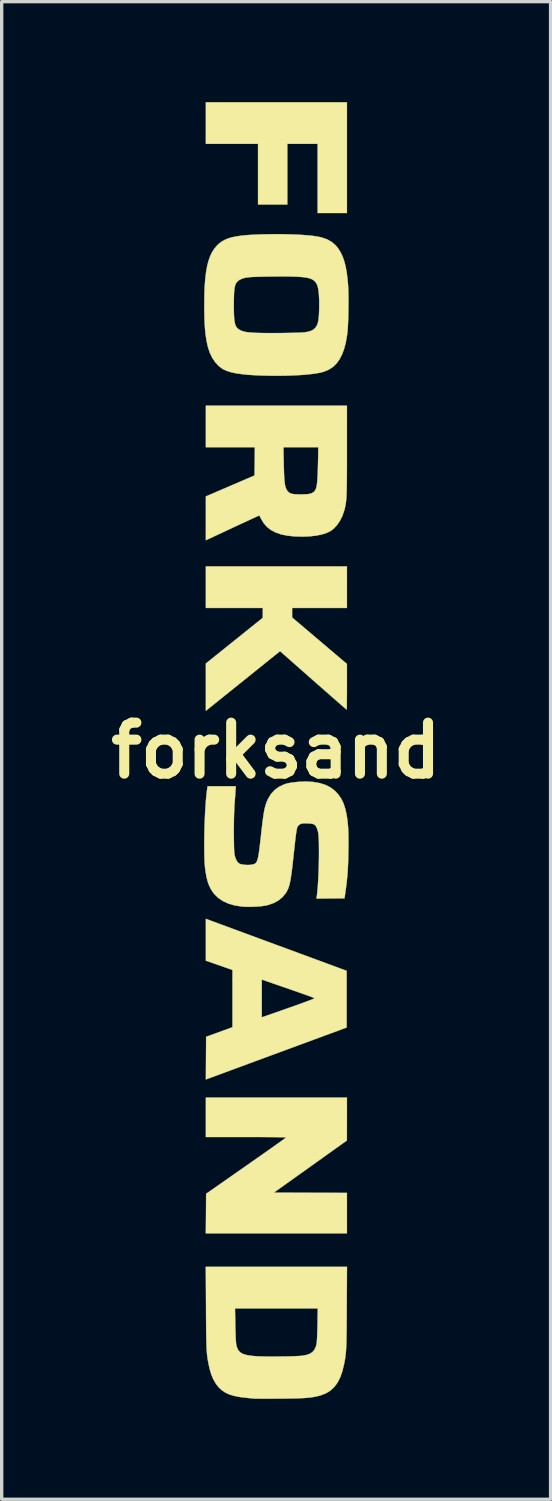
<source format=kicad_pcb>
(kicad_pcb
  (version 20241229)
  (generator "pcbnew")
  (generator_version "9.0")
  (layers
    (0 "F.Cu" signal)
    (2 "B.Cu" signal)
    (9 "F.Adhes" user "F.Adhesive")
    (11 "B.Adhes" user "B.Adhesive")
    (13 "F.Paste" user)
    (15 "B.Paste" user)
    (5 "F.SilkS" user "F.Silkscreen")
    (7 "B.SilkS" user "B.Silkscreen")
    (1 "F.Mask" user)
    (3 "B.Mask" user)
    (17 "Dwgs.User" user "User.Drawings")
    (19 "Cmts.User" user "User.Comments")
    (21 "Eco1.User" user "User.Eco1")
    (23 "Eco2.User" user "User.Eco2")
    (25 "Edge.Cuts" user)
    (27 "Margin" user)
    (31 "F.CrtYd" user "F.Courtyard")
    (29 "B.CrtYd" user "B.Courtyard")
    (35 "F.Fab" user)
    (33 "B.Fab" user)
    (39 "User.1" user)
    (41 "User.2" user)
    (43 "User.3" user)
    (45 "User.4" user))
  (footprint "forksand"
    (layer "F.Cu")
    (at 5.196 19.365)
    (property "Reference" "forksand" (at 0 0 0) (layer "F.SilkS") (effects (font (size 1.524 1.524) (thickness 0.3))))
    (attr through_hole)
    (fp_poly (pts (xy 2.114 -16.054) (xy 1.24 -16.054) (xy 1.24 -18.12) (xy 0.334 -18.12) (xy 0.334 -16.308) (xy -0.54 -16.308) (xy -0.54 -18.12) (xy -2.098 -18.12) (xy -2.098 -19.36) (xy 2.114 -19.36) (xy 2.114 -16.054)) (stroke (width 0.01) (type solid)) (fill yes) (layer "F.SilkS"))
    (fp_poly (pts (xy 2.114 11.003) (xy 2.113 11.643) (xy 1.022 12.422) (xy -0.07 13.201) (xy 2.114 13.209) (xy 2.114 14.417) (xy -2.099 14.417) (xy -2.094 13.826) (xy -2.09 13.235) (xy -0.898 12.402) (xy -0.724 12.28) (xy -0.558 12.164) (xy -0.4 12.053) (xy -0.255 11.951) (xy -0.122 11.857) (xy -0.004 11.773) (xy 0.098 11.701) (xy 0.18 11.642) (xy 0.243 11.597) (xy 0.283 11.568) (xy 0.299 11.555) (xy 0.299 11.554) (xy 0.285 11.552) (xy 0.24 11.549) (xy 0.166 11.547) (xy 0.066 11.545) (xy -0.061 11.543) (xy -0.211 11.542) (xy -0.384 11.541) (xy -0.577 11.54) (xy -0.79 11.54) (xy -0.897 11.54) (xy -2.098 11.54) (xy -2.098 10.363) (xy 2.114 10.363) (xy 2.114 11.003)) (stroke (width 0.01) (type solid)) (fill yes) (layer "F.SilkS"))
    (fp_poly (pts (xy 2.114 -4.26) (xy 0.477 -4.26) (xy 0.477 -3.975) (xy 1.295 -3.281) (xy 2.114 -2.587) (xy 2.114 -1.906) (xy 2.114 -1.762) (xy 2.113 -1.628) (xy 2.112 -1.508) (xy 2.111 -1.405) (xy 2.11 -1.322) (xy 2.109 -1.263) (xy 2.107 -1.23) (xy 2.106 -1.224) (xy 2.093 -1.234) (xy 2.059 -1.264) (xy 2.005 -1.31) (xy 1.933 -1.373) (xy 1.846 -1.449) (xy 1.745 -1.537) (xy 1.633 -1.635) (xy 1.512 -1.741) (xy 1.384 -1.854) (xy 1.25 -1.971) (xy 1.113 -2.091) (xy 0.976 -2.212) (xy 0.84 -2.332) (xy 0.706 -2.45) (xy 0.578 -2.563) (xy 0.458 -2.669) (xy 0.347 -2.767) (xy 0.247 -2.856) (xy 0.23 -2.871) (xy 0.118 -2.97) (xy -0.93 -2.127) (xy -1.091 -1.998) (xy -1.245 -1.874) (xy -1.392 -1.757) (xy -1.528 -1.647) (xy -1.652 -1.547) (xy -1.763 -1.458) (xy -1.858 -1.382) (xy -1.935 -1.32) (xy -1.992 -1.274) (xy -2.028 -1.245) (xy -2.039 -1.237) (xy -2.098 -1.189) (xy -2.098 -2.601) (xy -1.248 -3.283) (xy -0.398 -3.966) (xy -0.398 -4.113) (xy -0.397 -4.26) (xy -2.098 -4.26) (xy -2.098 -5.5) (xy 2.114 -5.5) (xy 2.114 -4.26)) (stroke (width 0.01) (type solid)) (fill yes) (layer "F.SilkS"))
    (fp_poly (pts (xy -2.015 5.056) (xy -1.99 5.065) (xy -1.937 5.085) (xy -1.858 5.114) (xy -1.754 5.152) (xy -1.628 5.199) (xy -1.482 5.253) (xy -1.316 5.314) (xy -1.133 5.382) (xy -0.935 5.455) (xy -0.723 5.533) (xy -0.5 5.616) (xy -0.266 5.702) (xy -0.025 5.791) (xy 0.087 5.832) (xy 2.106 6.577) (xy 2.106 8.269) (xy 0.087 9.014) (xy -0.157 9.104) (xy -0.394 9.192) (xy -0.623 9.276) (xy -0.84 9.356) (xy -1.044 9.432) (xy -1.235 9.502) (xy -1.408 9.566) (xy -1.564 9.624) (xy -1.7 9.674) (xy -1.814 9.716) (xy -1.904 9.749) (xy -1.969 9.773) (xy -2.007 9.788) (xy -2.015 9.79) (xy -2.098 9.822) (xy -2.09 8.547) (xy -1.303 8.261) (xy -1.303 7.965) (xy -0.429 7.965) (xy -0.393 7.954) (xy -0.372 7.947) (xy -0.323 7.93) (xy -0.25 7.905) (xy -0.157 7.872) (xy -0.045 7.833) (xy 0.081 7.789) (xy 0.219 7.74) (xy 0.366 7.688) (xy 0.393 7.679) (xy 0.54 7.627) (xy 0.678 7.578) (xy 0.803 7.532) (xy 0.913 7.492) (xy 1.005 7.457) (xy 1.076 7.43) (xy 1.124 7.41) (xy 1.145 7.4) (xy 1.145 7.399) (xy 1.143 7.395) (xy 1.132 7.389) (xy 1.112 7.379) (xy 1.081 7.366) (xy 1.037 7.349) (xy 0.978 7.328) (xy 0.902 7.3) (xy 0.808 7.267) (xy 0.693 7.226) (xy 0.556 7.178) (xy 0.396 7.122) (xy 0.209 7.058) (xy -0.005 6.984) (xy -0.091 6.954) (xy -0.429 6.837) (xy -0.429 7.965) (xy -1.303 7.965) (xy -1.303 6.552) (xy -1.435 6.505) (xy -1.495 6.484) (xy -1.577 6.455) (xy -1.672 6.422) (xy -1.772 6.387) (xy -1.832 6.366) (xy -2.098 6.274) (xy -2.098 5.024) (xy -2.015 5.056)) (stroke (width 0.01) (type solid)) (fill yes) (layer "F.SilkS"))
    (fp_poly (pts (xy 2.114 -8.973) (xy 2.114 -8.718) (xy 2.114 -8.491) (xy 2.113 -8.292) (xy 2.112 -8.118) (xy 2.11 -7.967) (xy 2.108 -7.836) (xy 2.105 -7.723) (xy 2.101 -7.626) (xy 2.097 -7.543) (xy 2.091 -7.471) (xy 2.084 -7.408) (xy 2.076 -7.352) (xy 2.066 -7.3) (xy 2.055 -7.25) (xy 2.043 -7.201) (xy 2.034 -7.169) (xy 1.98 -7.011) (xy 1.908 -6.866) (xy 1.822 -6.738) (xy 1.725 -6.633) (xy 1.638 -6.565) (xy 1.52 -6.505) (xy 1.376 -6.457) (xy 1.206 -6.422) (xy 1.013 -6.399) (xy 0.8 -6.39) (xy 0.763 -6.39) (xy 0.527 -6.398) (xy 0.319 -6.422) (xy 0.135 -6.461) (xy -0.024 -6.518) (xy -0.161 -6.592) (xy -0.276 -6.683) (xy -0.371 -6.793) (xy -0.435 -6.898) (xy -0.464 -6.953) (xy -0.486 -6.996) (xy -0.499 -7.019) (xy -0.501 -7.022) (xy -0.515 -7.016) (xy -0.556 -6.998) (xy -0.62 -6.969) (xy -0.706 -6.93) (xy -0.809 -6.882) (xy -0.929 -6.827) (xy -1.062 -6.766) (xy -1.205 -6.699) (xy -1.301 -6.654) (xy -2.098 -6.282) (xy -2.098 -7.59) (xy -1.371 -7.903) (xy -0.644 -8.216) (xy -0.635 -9.06) (xy 0.217 -9.06) (xy 0.228 -8.571) (xy 0.232 -8.404) (xy 0.236 -8.265) (xy 0.242 -8.151) (xy 0.248 -8.058) (xy 0.257 -7.984) (xy 0.267 -7.923) (xy 0.279 -7.873) (xy 0.295 -7.831) (xy 0.307 -7.805) (xy 0.337 -7.753) (xy 0.374 -7.714) (xy 0.42 -7.685) (xy 0.481 -7.666) (xy 0.561 -7.655) (xy 0.665 -7.651) (xy 0.779 -7.651) (xy 0.872 -7.654) (xy 0.941 -7.658) (xy 0.993 -7.665) (xy 1.033 -7.675) (xy 1.067 -7.688) (xy 1.105 -7.709) (xy 1.137 -7.735) (xy 1.164 -7.769) (xy 1.186 -7.814) (xy 1.204 -7.873) (xy 1.218 -7.949) (xy 1.229 -8.044) (xy 1.237 -8.161) (xy 1.244 -8.302) (xy 1.248 -8.472) (xy 1.251 -8.563) (xy 1.261 -9.06) (xy 0.217 -9.06) (xy -0.635 -9.06) (xy -2.098 -9.06) (xy -2.098 -10.3) (xy 2.114 -10.3) (xy 2.114 -8.973)) (stroke (width 0.01) (type solid)) (fill yes) (layer "F.SilkS"))
    (fp_poly (pts (xy 2.109 16.638) (xy 2.108 16.875) (xy 2.106 17.083) (xy 2.105 17.264) (xy 2.103 17.422) (xy 2.101 17.558) (xy 2.098 17.676) (xy 2.095 17.777) (xy 2.09 17.865) (xy 2.085 17.943) (xy 2.079 18.012) (xy 2.072 18.076) (xy 2.063 18.137) (xy 2.053 18.198) (xy 2.041 18.261) (xy 2.028 18.329) (xy 2.025 18.34) (xy 1.974 18.548) (xy 1.909 18.728) (xy 1.829 18.881) (xy 1.733 19.009) (xy 1.62 19.113) (xy 1.489 19.193) (xy 1.339 19.252) (xy 1.29 19.266) (xy 1.214 19.284) (xy 1.139 19.3) (xy 1.061 19.313) (xy 0.977 19.323) (xy 0.884 19.332) (xy 0.777 19.338) (xy 0.653 19.343) (xy 0.509 19.347) (xy 0.341 19.35) (xy 0.146 19.352) (xy 0.095 19.352) (xy -0.054 19.353) (xy -0.194 19.353) (xy -0.324 19.353) (xy -0.437 19.353) (xy -0.532 19.353) (xy -0.605 19.352) (xy -0.652 19.351) (xy -0.668 19.35) (xy -0.706 19.346) (xy -0.768 19.34) (xy -0.842 19.333) (xy -0.898 19.327) (xy -1.091 19.303) (xy -1.257 19.27) (xy -1.398 19.227) (xy -1.519 19.171) (xy -1.623 19.102) (xy -1.714 19.017) (xy -1.794 18.915) (xy -1.802 18.901) (xy -1.874 18.779) (xy -1.932 18.643) (xy -1.979 18.489) (xy -2.009 18.358) (xy -2.023 18.288) (xy -2.035 18.225) (xy -2.045 18.164) (xy -2.054 18.103) (xy -2.062 18.04) (xy -2.068 17.972) (xy -2.074 17.896) (xy -2.078 17.81) (xy -2.081 17.712) (xy -2.084 17.597) (xy -2.087 17.465) (xy -2.089 17.312) (xy -2.09 17.135) (xy -2.092 16.933) (xy -2.093 16.702) (xy -2.093 16.658) (xy -1.228 16.658) (xy -1.219 17.155) (xy -1.216 17.283) (xy -1.212 17.404) (xy -1.208 17.514) (xy -1.203 17.608) (xy -1.198 17.681) (xy -1.193 17.729) (xy -1.192 17.738) (xy -1.168 17.825) (xy -1.136 17.896) (xy -1.091 17.953) (xy -1.031 17.998) (xy -0.953 18.032) (xy -0.853 18.057) (xy -0.728 18.075) (xy -0.575 18.088) (xy -0.558 18.089) (xy -0.477 18.093) (xy -0.374 18.095) (xy -0.253 18.097) (xy -0.119 18.097) (xy 0.022 18.097) (xy 0.165 18.095) (xy 0.305 18.093) (xy 0.438 18.09) (xy 0.558 18.086) (xy 0.659 18.081) (xy 0.738 18.076) (xy 0.779 18.072) (xy 0.907 18.048) (xy 1.009 18.012) (xy 1.087 17.961) (xy 1.144 17.892) (xy 1.186 17.802) (xy 1.209 17.714) (xy 1.214 17.671) (xy 1.22 17.599) (xy 1.225 17.505) (xy 1.229 17.39) (xy 1.233 17.261) (xy 1.236 17.139) (xy 1.243 16.658) (xy -1.228 16.658) (xy -2.093 16.658) (xy -2.093 16.646) (xy -2.1 15.418) (xy 2.116 15.418) (xy 2.109 16.638)) (stroke (width 0.01) (type solid)) (fill yes) (layer "F.SilkS"))
    (fp_poly (pts (xy 0.357 -15.417) (xy 0.581 -15.41) (xy 0.787 -15.399) (xy 0.972 -15.384) (xy 1.134 -15.366) (xy 1.269 -15.344) (xy 1.366 -15.322) (xy 1.526 -15.265) (xy 1.662 -15.187) (xy 1.777 -15.089) (xy 1.851 -14.999) (xy 1.922 -14.887) (xy 1.981 -14.765) (xy 2.031 -14.628) (xy 2.072 -14.472) (xy 2.105 -14.295) (xy 2.131 -14.092) (xy 2.146 -13.932) (xy 2.153 -13.827) (xy 2.157 -13.699) (xy 2.16 -13.554) (xy 2.16 -13.397) (xy 2.159 -13.233) (xy 2.157 -13.069) (xy 2.153 -12.909) (xy 2.147 -12.76) (xy 2.14 -12.626) (xy 2.131 -12.513) (xy 2.122 -12.43) (xy 2.083 -12.199) (xy 2.031 -11.996) (xy 1.965 -11.821) (xy 1.886 -11.672) (xy 1.793 -11.548) (xy 1.684 -11.447) (xy 1.559 -11.369) (xy 1.417 -11.313) (xy 1.401 -11.308) (xy 1.284 -11.28) (xy 1.139 -11.256) (xy 0.97 -11.236) (xy 0.779 -11.219) (xy 0.569 -11.207) (xy 0.345 -11.198) (xy 0.109 -11.194) (xy -0.136 -11.195) (xy -0.385 -11.2) (xy -0.578 -11.207) (xy -0.815 -11.221) (xy -1.022 -11.242) (xy -1.201 -11.268) (xy -1.352 -11.301) (xy -1.479 -11.341) (xy -1.581 -11.388) (xy -1.598 -11.398) (xy -1.714 -11.485) (xy -1.819 -11.598) (xy -1.91 -11.734) (xy -1.983 -11.886) (xy -2.033 -12.04) (xy -2.064 -12.17) (xy -2.088 -12.301) (xy -2.108 -12.439) (xy -2.123 -12.587) (xy -2.134 -12.75) (xy -2.141 -12.933) (xy -2.145 -13.141) (xy -2.146 -13.299) (xy -2.145 -13.32) (xy -1.263 -13.32) (xy -1.263 -13.154) (xy -1.259 -13.016) (xy -1.253 -12.903) (xy -1.242 -12.812) (xy -1.227 -12.74) (xy -1.206 -12.683) (xy -1.179 -12.639) (xy -1.145 -12.603) (xy -1.103 -12.573) (xy -1.091 -12.565) (xy -1.048 -12.543) (xy -0.999 -12.525) (xy -0.941 -12.509) (xy -0.871 -12.496) (xy -0.786 -12.486) (xy -0.685 -12.479) (xy -0.565 -12.473) (xy -0.423 -12.47) (xy -0.256 -12.468) (xy -0.061 -12.468) (xy 0.111 -12.469) (xy 0.257 -12.471) (xy 0.397 -12.473) (xy 0.527 -12.476) (xy 0.642 -12.479) (xy 0.739 -12.483) (xy 0.813 -12.487) (xy 0.86 -12.491) (xy 0.866 -12.492) (xy 0.973 -12.513) (xy 1.055 -12.54) (xy 1.119 -12.577) (xy 1.166 -12.621) (xy 1.201 -12.667) (xy 1.229 -12.722) (xy 1.251 -12.791) (xy 1.266 -12.875) (xy 1.277 -12.981) (xy 1.284 -13.109) (xy 1.287 -13.265) (xy 1.287 -13.312) (xy 1.285 -13.482) (xy 1.278 -13.623) (xy 1.266 -13.739) (xy 1.248 -13.834) (xy 1.224 -13.909) (xy 1.193 -13.969) (xy 1.153 -14.017) (xy 1.144 -14.025) (xy 1.106 -14.055) (xy 1.06 -14.08) (xy 1.003 -14.102) (xy 0.933 -14.119) (xy 0.849 -14.134) (xy 0.747 -14.144) (xy 0.625 -14.152) (xy 0.482 -14.157) (xy 0.314 -14.16) (xy 0.119 -14.16) (xy -0.104 -14.158) (xy -0.141 -14.158) (xy -0.322 -14.155) (xy -0.474 -14.152) (xy -0.601 -14.149) (xy -0.706 -14.144) (xy -0.792 -14.138) (xy -0.862 -14.13) (xy -0.92 -14.121) (xy -0.968 -14.109) (xy -1.011 -14.095) (xy -1.051 -14.078) (xy -1.061 -14.073) (xy -1.112 -14.045) (xy -1.153 -14.013) (xy -1.187 -13.974) (xy -1.213 -13.923) (xy -1.233 -13.859) (xy -1.247 -13.777) (xy -1.256 -13.675) (xy -1.261 -13.55) (xy -1.263 -13.397) (xy -1.263 -13.32) (xy -2.145 -13.32) (xy -2.143 -13.584) (xy -2.134 -13.839) (xy -2.118 -14.067) (xy -2.094 -14.27) (xy -2.064 -14.449) (xy -2.025 -14.608) (xy -1.977 -14.747) (xy -1.921 -14.868) (xy -1.855 -14.975) (xy -1.78 -15.068) (xy -1.749 -15.1) (xy -1.677 -15.164) (xy -1.597 -15.218) (xy -1.507 -15.265) (xy -1.404 -15.304) (xy -1.285 -15.336) (xy -1.147 -15.362) (xy -0.988 -15.383) (xy -0.805 -15.398) (xy -0.595 -15.409) (xy -0.397 -15.416) (xy -0.135 -15.42) (xy 0.117 -15.421) (xy 0.357 -15.417)) (stroke (width 0.01) (type solid)) (fill yes) (layer "F.SilkS"))
    (fp_poly (pts (xy 1.1 0.936) (xy 1.293 0.969) (xy 1.466 1.022) (xy 1.616 1.096) (xy 1.742 1.19) (xy 1.762 1.208) (xy 1.864 1.32) (xy 1.946 1.44) (xy 2.011 1.573) (xy 2.061 1.725) (xy 2.096 1.876) (xy 2.115 1.983) (xy 2.13 2.089) (xy 2.142 2.198) (xy 2.151 2.316) (xy 2.156 2.446) (xy 2.159 2.593) (xy 2.16 2.761) (xy 2.158 2.956) (xy 2.157 2.999) (xy 2.154 3.194) (xy 2.149 3.364) (xy 2.142 3.517) (xy 2.133 3.658) (xy 2.121 3.796) (xy 2.106 3.937) (xy 2.087 4.088) (xy 2.069 4.22) (xy 2.042 4.411) (xy 1.623 4.415) (xy 1.205 4.419) (xy 1.214 4.359) (xy 1.227 4.26) (xy 1.239 4.139) (xy 1.249 4.001) (xy 1.258 3.849) (xy 1.266 3.687) (xy 1.272 3.519) (xy 1.276 3.35) (xy 1.279 3.183) (xy 1.28 3.022) (xy 1.279 2.871) (xy 1.277 2.735) (xy 1.272 2.616) (xy 1.265 2.519) (xy 1.256 2.449) (xy 1.252 2.427) (xy 1.224 2.333) (xy 1.194 2.266) (xy 1.157 2.221) (xy 1.107 2.194) (xy 1.042 2.18) (xy 0.993 2.176) (xy 0.894 2.173) (xy 0.821 2.173) (xy 0.767 2.179) (xy 0.728 2.192) (xy 0.696 2.211) (xy 0.676 2.229) (xy 0.653 2.255) (xy 0.636 2.281) (xy 0.624 2.316) (xy 0.613 2.367) (xy 0.601 2.441) (xy 0.599 2.456) (xy 0.591 2.515) (xy 0.58 2.601) (xy 0.567 2.707) (xy 0.553 2.829) (xy 0.539 2.96) (xy 0.524 3.096) (xy 0.517 3.163) (xy 0.495 3.361) (xy 0.476 3.53) (xy 0.457 3.674) (xy 0.439 3.795) (xy 0.422 3.897) (xy 0.403 3.983) (xy 0.383 4.055) (xy 0.361 4.117) (xy 0.336 4.172) (xy 0.308 4.224) (xy 0.289 4.254) (xy 0.193 4.372) (xy 0.074 4.472) (xy -0.069 4.551) (xy -0.233 4.609) (xy -0.306 4.627) (xy -0.409 4.643) (xy -0.532 4.655) (xy -0.667 4.663) (xy -0.804 4.666) (xy -0.931 4.664) (xy -1.033 4.656) (xy -1.243 4.622) (xy -1.427 4.568) (xy -1.589 4.494) (xy -1.728 4.4) (xy -1.845 4.286) (xy -1.878 4.244) (xy -1.945 4.143) (xy -2 4.033) (xy -2.045 3.909) (xy -2.081 3.766) (xy -2.109 3.599) (xy -2.122 3.503) (xy -2.132 3.386) (xy -2.14 3.241) (xy -2.144 3.075) (xy -2.146 2.89) (xy -2.146 2.692) (xy -2.143 2.486) (xy -2.138 2.275) (xy -2.13 2.065) (xy -2.121 1.86) (xy -2.109 1.665) (xy -2.096 1.483) (xy -2.081 1.321) (xy -2.064 1.182) (xy -2.056 1.126) (xy -2.046 1.065) (xy -1.203 1.065) (xy -1.214 1.212) (xy -1.219 1.283) (xy -1.225 1.375) (xy -1.233 1.477) (xy -1.241 1.58) (xy -1.243 1.605) (xy -1.248 1.695) (xy -1.253 1.805) (xy -1.257 1.931) (xy -1.26 2.067) (xy -1.262 2.211) (xy -1.263 2.358) (xy -1.263 2.503) (xy -1.262 2.642) (xy -1.26 2.772) (xy -1.258 2.887) (xy -1.254 2.983) (xy -1.25 3.057) (xy -1.244 3.104) (xy -1.244 3.107) (xy -1.214 3.213) (xy -1.174 3.297) (xy -1.126 3.357) (xy -1.1 3.375) (xy -1.048 3.395) (xy -0.974 3.408) (xy -0.888 3.415) (xy -0.802 3.415) (xy -0.723 3.406) (xy -0.7 3.402) (xy -0.666 3.392) (xy -0.637 3.38) (xy -0.612 3.362) (xy -0.59 3.336) (xy -0.571 3.299) (xy -0.554 3.249) (xy -0.537 3.183) (xy -0.522 3.099) (xy -0.506 2.995) (xy -0.49 2.867) (xy -0.472 2.714) (xy -0.451 2.532) (xy -0.444 2.465) (xy -0.423 2.275) (xy -0.403 2.114) (xy -0.385 1.978) (xy -0.367 1.862) (xy -0.349 1.764) (xy -0.329 1.68) (xy -0.308 1.607) (xy -0.285 1.54) (xy -0.258 1.478) (xy -0.238 1.436) (xy -0.152 1.295) (xy -0.044 1.177) (xy 0.086 1.082) (xy 0.236 1.011) (xy 0.324 0.983) (xy 0.384 0.97) (xy 0.466 0.957) (xy 0.558 0.945) (xy 0.651 0.935) (xy 0.656 0.934) (xy 0.887 0.924) (xy 1.1 0.936)) (stroke (width 0.01) (type solid)) (fill yes) (layer "F.SilkS")))
  (gr_rect
    (start -3 -3)
    (end 13.392 41.723)
    (stroke (width 0.1) (type default))
    (fill no)
    (layer "Edge.Cuts")))
</source>
